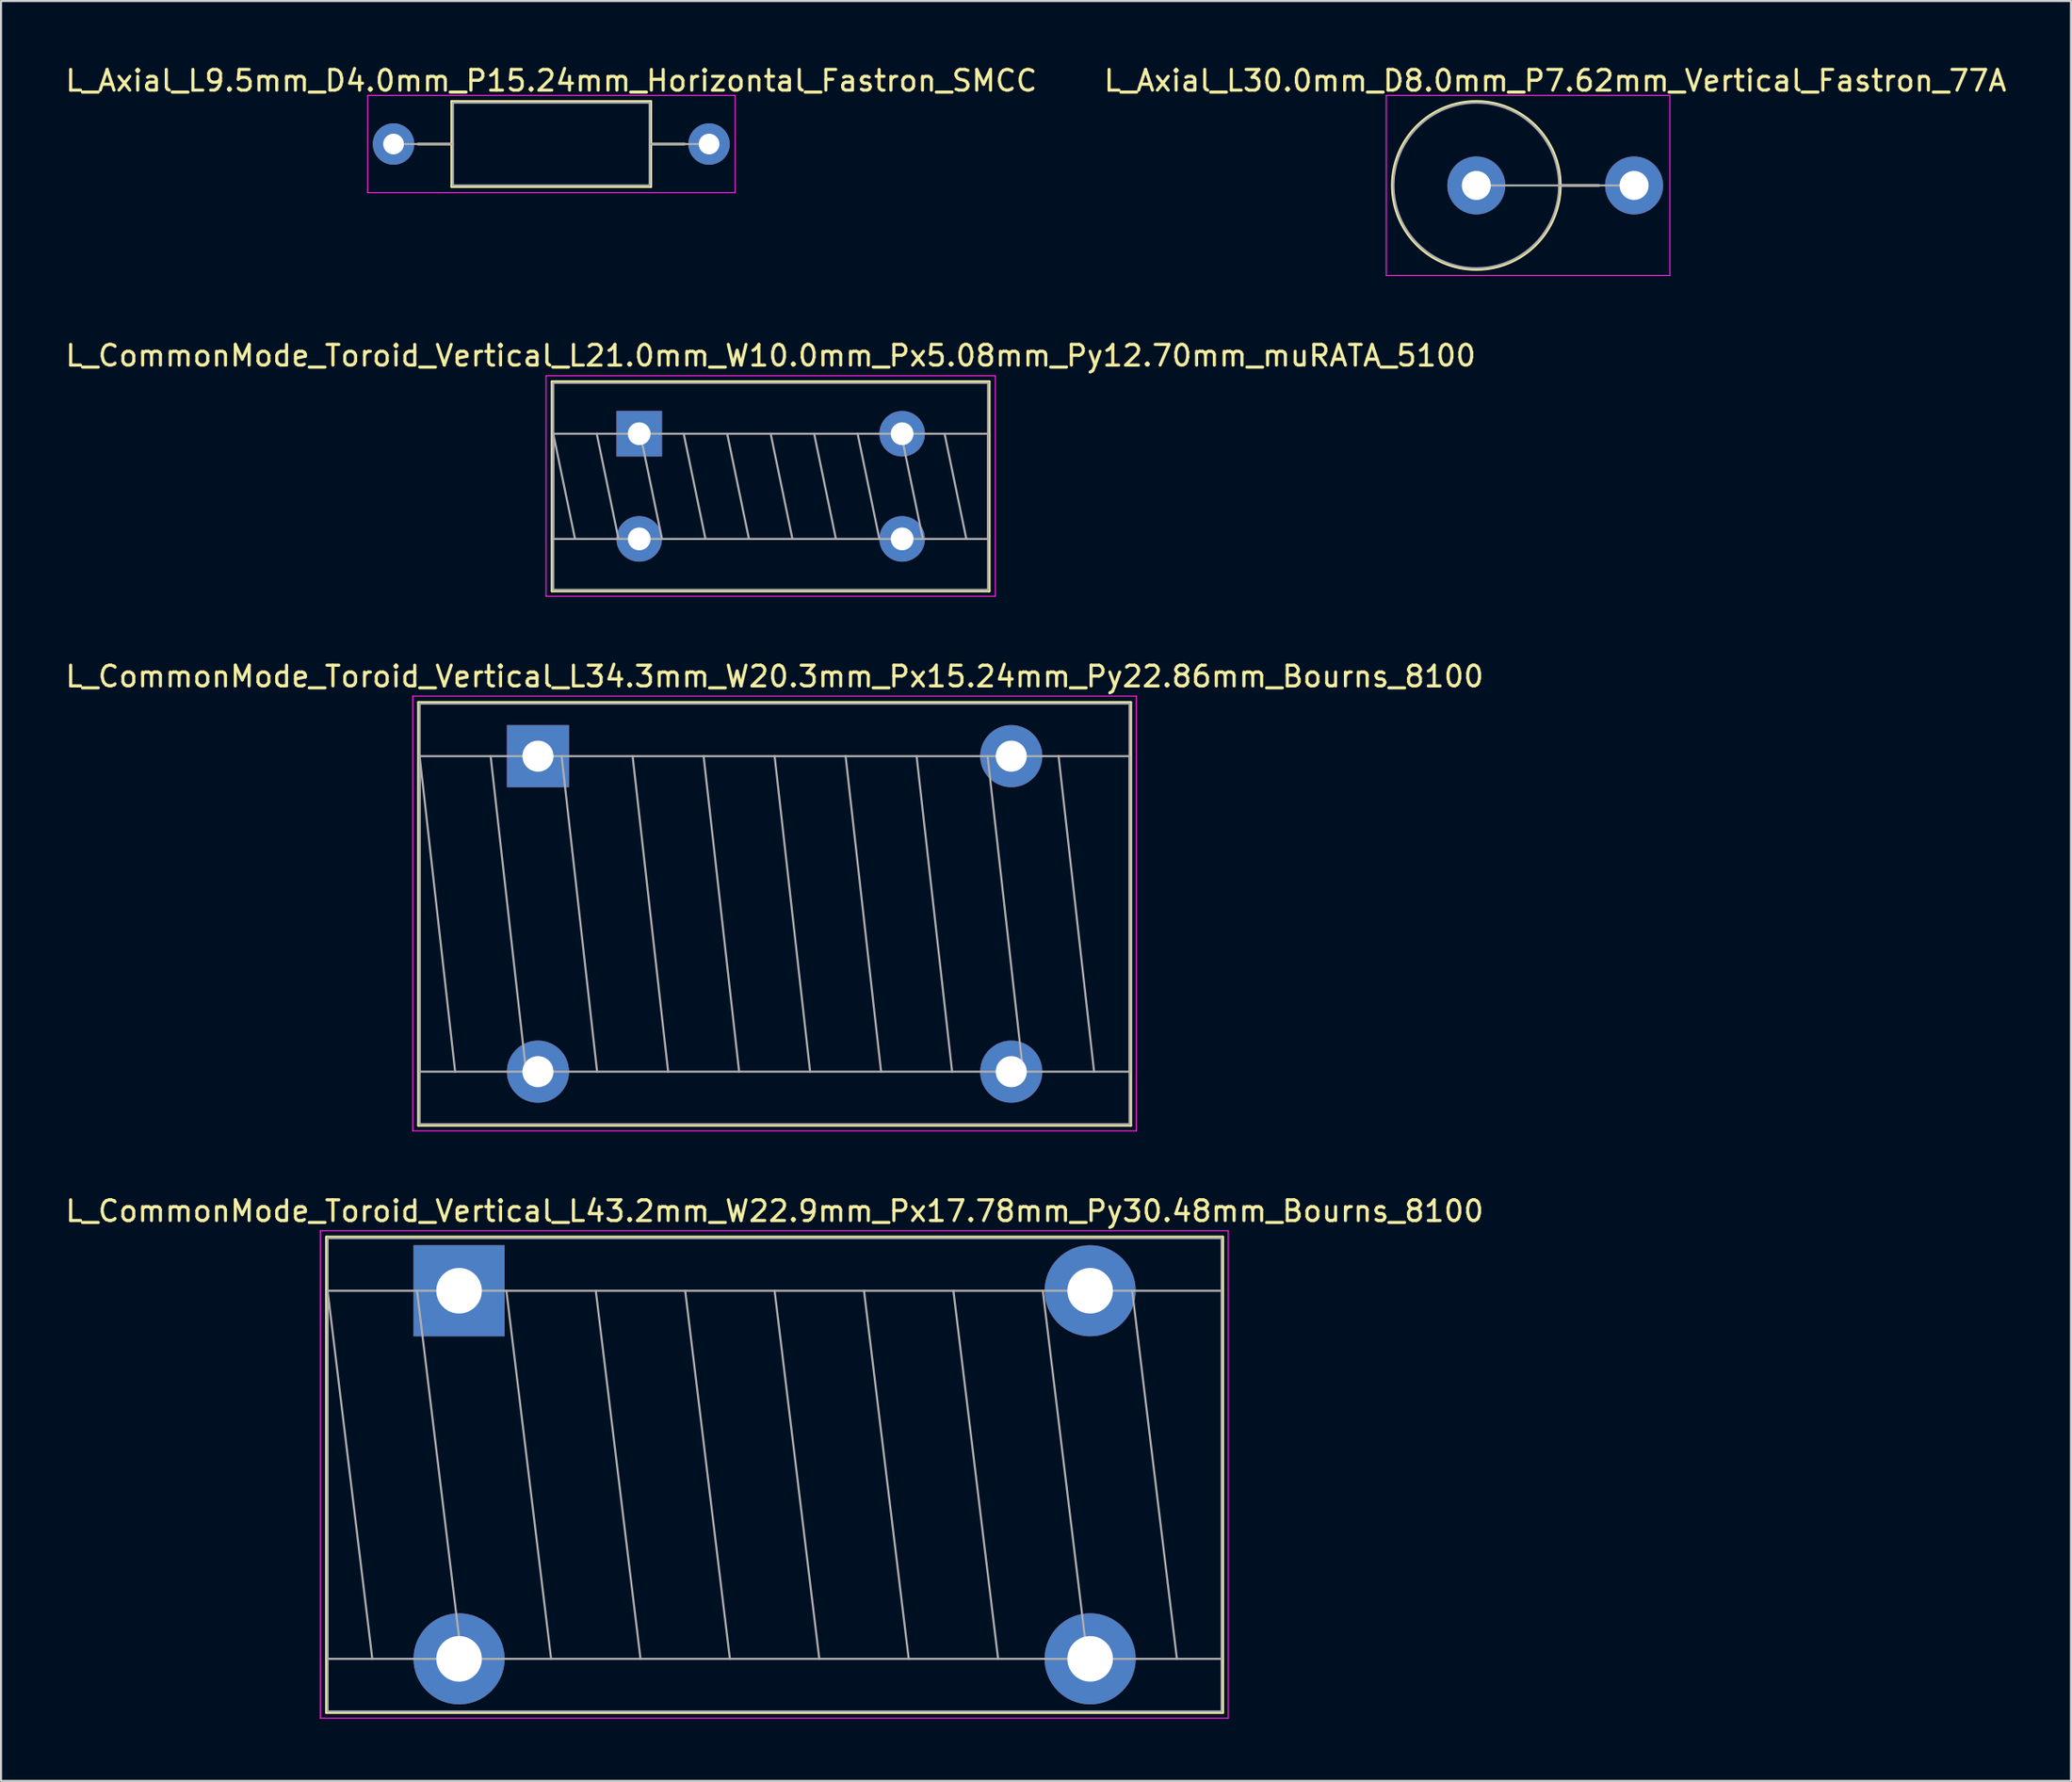
<source format=kicad_pcb>
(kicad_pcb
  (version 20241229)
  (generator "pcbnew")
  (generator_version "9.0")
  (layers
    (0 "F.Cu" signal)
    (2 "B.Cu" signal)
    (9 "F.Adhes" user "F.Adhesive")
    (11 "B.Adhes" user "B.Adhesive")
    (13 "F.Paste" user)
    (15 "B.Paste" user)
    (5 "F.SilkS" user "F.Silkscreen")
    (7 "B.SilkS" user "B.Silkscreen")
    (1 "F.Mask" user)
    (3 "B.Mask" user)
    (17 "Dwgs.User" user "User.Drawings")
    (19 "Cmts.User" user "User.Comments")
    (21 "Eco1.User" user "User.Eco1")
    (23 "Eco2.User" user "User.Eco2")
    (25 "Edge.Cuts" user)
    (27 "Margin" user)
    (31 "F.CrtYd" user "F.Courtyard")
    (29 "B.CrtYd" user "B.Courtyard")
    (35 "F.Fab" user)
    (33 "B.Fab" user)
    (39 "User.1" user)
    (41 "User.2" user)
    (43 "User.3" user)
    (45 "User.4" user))
  (footprint "L_Axial_L9.5mm_D4.0mm_P15.24mm_Horizontal_Fastron_SMCC"
    (layer "F.Cu")
    (at 15.957 3.908)
    (property "Reference" "L_Axial_L9.5mm_D4.0mm_P15.24mm_Horizontal_Fastron_SMCC" (at 7.62 -3.06 0) (layer "F.SilkS") (effects (font (size 1 1) (thickness 0.15))))
    (attr through_hole)
    (fp_line (start 1.18 0) (end 2.81 0) (stroke (width 0.12) (type solid)) (layer "F.SilkS"))
    (fp_line (start 2.81 -2.06) (end 2.81 2.06) (stroke (width 0.12) (type solid)) (layer "F.SilkS"))
    (fp_line (start 2.81 2.06) (end 12.43 2.06) (stroke (width 0.12) (type solid)) (layer "F.SilkS"))
    (fp_line (start 12.43 -2.06) (end 2.81 -2.06) (stroke (width 0.12) (type solid)) (layer "F.SilkS"))
    (fp_line (start 12.43 2.06) (end 12.43 -2.06) (stroke (width 0.12) (type solid)) (layer "F.SilkS"))
    (fp_line (start 14.06 0) (end 12.43 0) (stroke (width 0.12) (type solid)) (layer "F.SilkS"))
    (fp_line (start -1.25 -2.35) (end -1.25 2.35) (stroke (width 0.05) (type solid)) (layer "F.CrtYd"))
    (fp_line (start -1.25 2.35) (end 16.5 2.35) (stroke (width 0.05) (type solid)) (layer "F.CrtYd"))
    (fp_line (start 16.5 -2.35) (end -1.25 -2.35) (stroke (width 0.05) (type solid)) (layer "F.CrtYd"))
    (fp_line (start 16.5 2.35) (end 16.5 -2.35) (stroke (width 0.05) (type solid)) (layer "F.CrtYd"))
    (fp_line (start 0 0) (end 2.87 0) (stroke (width 0.1) (type solid)) (layer "F.Fab"))
    (fp_line (start 2.87 -2) (end 2.87 2) (stroke (width 0.1) (type solid)) (layer "F.Fab"))
    (fp_line (start 2.87 2) (end 12.37 2) (stroke (width 0.1) (type solid)) (layer "F.Fab"))
    (fp_line (start 12.37 -2) (end 2.87 -2) (stroke (width 0.1) (type solid)) (layer "F.Fab"))
    (fp_line (start 12.37 2) (end 12.37 -2) (stroke (width 0.1) (type solid)) (layer "F.Fab"))
    (fp_line (start 15.24 0) (end 12.37 0) (stroke (width 0.1) (type solid)) (layer "F.Fab"))
    (pad "1" thru_hole circle (at 0 0) (size 2 2) (drill 1) (layers "*.Cu" "*.Mask"))
    (pad "2" thru_hole oval (at 15.24 0) (size 2 2) (drill 1) (layers "*.Cu" "*.Mask")))
  (footprint "L_CommonMode_Toroid_Vertical_L34.3mm_W20.3mm_Px15.24mm_Py22.86mm_Bourns_8100"
    (layer "F.Cu")
    (at 22.933 33.475)
    (property "Reference" "L_CommonMode_Toroid_Vertical_L34.3mm_W20.3mm_Px15.24mm_Py22.86mm_Bourns_8100" (at 11.43 -3.85 0) (layer "F.SilkS") (effects (font (size 1 1) (thickness 0.15))))
    (attr through_hole)
    (fp_line (start -5.775 -2.6) (end -5.775 17.84) (stroke (width 0.12) (type solid)) (layer "F.SilkS"))
    (fp_line (start -5.775 -2.6) (end 28.635 -2.6) (stroke (width 0.12) (type solid)) (layer "F.SilkS"))
    (fp_line (start -5.775 17.84) (end 28.635 17.84) (stroke (width 0.12) (type solid)) (layer "F.SilkS"))
    (fp_line (start 28.635 -2.6) (end 28.635 17.84) (stroke (width 0.12) (type solid)) (layer "F.SilkS"))
    (fp_line (start -6.05 -2.9) (end -6.05 18.1) (stroke (width 0.05) (type solid)) (layer "F.CrtYd"))
    (fp_line (start -6.05 18.1) (end 28.9 18.1) (stroke (width 0.05) (type solid)) (layer "F.CrtYd"))
    (fp_line (start 28.9 -2.9) (end -6.05 -2.9) (stroke (width 0.05) (type solid)) (layer "F.CrtYd"))
    (fp_line (start 28.9 18.1) (end 28.9 -2.9) (stroke (width 0.05) (type solid)) (layer "F.CrtYd"))
    (fp_line (start -5.715 -2.54) (end -5.715 17.78) (stroke (width 0.1) (type solid)) (layer "F.Fab"))
    (fp_line (start -5.715 0) (end -5.715 15.24) (stroke (width 0.1) (type solid)) (layer "F.Fab"))
    (fp_line (start -5.715 0) (end -4 15.24) (stroke (width 0.1) (type solid)) (layer "F.Fab"))
    (fp_line (start -5.715 15.24) (end 28.575 15.24) (stroke (width 0.1) (type solid)) (layer "F.Fab"))
    (fp_line (start -5.715 17.78) (end 28.575 17.78) (stroke (width 0.1) (type solid)) (layer "F.Fab"))
    (fp_line (start -2.286 0) (end -0.572 15.24) (stroke (width 0.1) (type solid)) (layer "F.Fab"))
    (fp_line (start 1.143 0) (end 2.857 15.24) (stroke (width 0.1) (type solid)) (layer "F.Fab"))
    (fp_line (start 4.572 0) (end 6.287 15.24) (stroke (width 0.1) (type solid)) (layer "F.Fab"))
    (fp_line (start 8.001 0) (end 9.716 15.24) (stroke (width 0.1) (type solid)) (layer "F.Fab"))
    (fp_line (start 11.43 0) (end 13.145 15.24) (stroke (width 0.1) (type solid)) (layer "F.Fab"))
    (fp_line (start 14.859 0) (end 16.573 15.24) (stroke (width 0.1) (type solid)) (layer "F.Fab"))
    (fp_line (start 18.288 0) (end 20.003 15.24) (stroke (width 0.1) (type solid)) (layer "F.Fab"))
    (fp_line (start 21.717 0) (end 23.431 15.24) (stroke (width 0.1) (type solid)) (layer "F.Fab"))
    (fp_line (start 25.146 0) (end 26.86 15.24) (stroke (width 0.1) (type solid)) (layer "F.Fab"))
    (fp_line (start 28.575 -2.54) (end -5.715 -2.54) (stroke (width 0.1) (type solid)) (layer "F.Fab"))
    (fp_line (start 28.575 0) (end -5.715 0) (stroke (width 0.1) (type solid)) (layer "F.Fab"))
    (fp_line (start 28.575 15.24) (end 28.575 0) (stroke (width 0.1) (type solid)) (layer "F.Fab"))
    (fp_line (start 28.575 17.78) (end 28.575 -2.54) (stroke (width 0.1) (type solid)) (layer "F.Fab"))
    (pad "1" thru_hole rect (at 0 0) (size 3 3) (drill 1.5) (layers "*.Cu" "*.Mask"))
    (pad "2" thru_hole circle (at 0 15.24) (size 3 3) (drill 1.5) (layers "*.Cu" "*.Mask"))
    (pad "3" thru_hole circle (at 22.86 15.24) (size 3 3) (drill 1.5) (layers "*.Cu" "*.Mask"))
    (pad "4" thru_hole circle (at 22.86 0) (size 3 3) (drill 1.5) (layers "*.Cu" "*.Mask")))
  (footprint "L_CommonMode_Toroid_Vertical_L21.0mm_W10.0mm_Px5.08mm_Py12.70mm_muRATA_5100"
    (layer "F.Cu")
    (at 27.823 17.901)
    (property "Reference" "L_CommonMode_Toroid_Vertical_L21.0mm_W10.0mm_Px5.08mm_Py12.70mm_muRATA_5100" (at 6.35 -3.77 0) (layer "F.SilkS") (effects (font (size 1 1) (thickness 0.15))))
    (attr through_hole)
    (fp_line (start -4.21 -2.52) (end -4.21 7.6) (stroke (width 0.12) (type solid)) (layer "F.SilkS"))
    (fp_line (start -4.21 -2.52) (end 16.91 -2.52) (stroke (width 0.12) (type solid)) (layer "F.SilkS"))
    (fp_line (start -4.21 7.6) (end 16.91 7.6) (stroke (width 0.12) (type solid)) (layer "F.SilkS"))
    (fp_line (start 16.91 -2.52) (end 16.91 7.6) (stroke (width 0.12) (type solid)) (layer "F.SilkS"))
    (fp_line (start -4.5 -2.8) (end -4.5 7.85) (stroke (width 0.05) (type solid)) (layer "F.CrtYd"))
    (fp_line (start -4.5 7.85) (end 17.2 7.85) (stroke (width 0.05) (type solid)) (layer "F.CrtYd"))
    (fp_line (start 17.2 -2.8) (end -4.5 -2.8) (stroke (width 0.05) (type solid)) (layer "F.CrtYd"))
    (fp_line (start 17.2 7.85) (end 17.2 -2.8) (stroke (width 0.05) (type solid)) (layer "F.CrtYd"))
    (fp_line (start -4.15 -2.46) (end -4.15 7.54) (stroke (width 0.1) (type solid)) (layer "F.Fab"))
    (fp_line (start -4.15 0) (end -4.15 5.08) (stroke (width 0.1) (type solid)) (layer "F.Fab"))
    (fp_line (start -4.15 0) (end -3.1 5.08) (stroke (width 0.1) (type solid)) (layer "F.Fab"))
    (fp_line (start -4.15 5.08) (end 16.85 5.08) (stroke (width 0.1) (type solid)) (layer "F.Fab"))
    (fp_line (start -4.15 7.54) (end 16.85 7.54) (stroke (width 0.1) (type solid)) (layer "F.Fab"))
    (fp_line (start -2.05 0) (end -1 5.08) (stroke (width 0.1) (type solid)) (layer "F.Fab"))
    (fp_line (start 0.05 0) (end 1.1 5.08) (stroke (width 0.1) (type solid)) (layer "F.Fab"))
    (fp_line (start 2.15 0) (end 3.2 5.08) (stroke (width 0.1) (type solid)) (layer "F.Fab"))
    (fp_line (start 4.25 0) (end 5.3 5.08) (stroke (width 0.1) (type solid)) (layer "F.Fab"))
    (fp_line (start 6.35 0) (end 7.4 5.08) (stroke (width 0.1) (type solid)) (layer "F.Fab"))
    (fp_line (start 8.45 0) (end 9.5 5.08) (stroke (width 0.1) (type solid)) (layer "F.Fab"))
    (fp_line (start 10.55 0) (end 11.6 5.08) (stroke (width 0.1) (type solid)) (layer "F.Fab"))
    (fp_line (start 12.65 0) (end 13.7 5.08) (stroke (width 0.1) (type solid)) (layer "F.Fab"))
    (fp_line (start 14.75 0) (end 15.8 5.08) (stroke (width 0.1) (type solid)) (layer "F.Fab"))
    (fp_line (start 16.85 -2.46) (end -4.15 -2.46) (stroke (width 0.1) (type solid)) (layer "F.Fab"))
    (fp_line (start 16.85 0) (end -4.15 0) (stroke (width 0.1) (type solid)) (layer "F.Fab"))
    (fp_line (start 16.85 5.08) (end 16.85 0) (stroke (width 0.1) (type solid)) (layer "F.Fab"))
    (fp_line (start 16.85 7.54) (end 16.85 -2.46) (stroke (width 0.1) (type solid)) (layer "F.Fab"))
    (pad "1" thru_hole rect (at 0 0) (size 2.2 2.2) (drill 1.1) (layers "*.Cu" "*.Mask"))
    (pad "2" thru_hole circle (at 0 5.08) (size 2.2 2.2) (drill 1.1) (layers "*.Cu" "*.Mask"))
    (pad "3" thru_hole circle (at 12.7 5.08) (size 2.2 2.2) (drill 1.1) (layers "*.Cu" "*.Mask"))
    (pad "4" thru_hole circle (at 12.7 0) (size 2.2 2.2) (drill 1.1) (layers "*.Cu" "*.Mask")))
  (footprint "L_CommonMode_Toroid_Vertical_L43.2mm_W22.9mm_Px17.78mm_Py30.48mm_Bourns_8100"
    (layer "F.Cu")
    (at 19.123 59.298)
    (property "Reference" "L_CommonMode_Toroid_Vertical_L43.2mm_W22.9mm_Px17.78mm_Py30.48mm_Bourns_8100" (at 15.24 -3.85 0) (layer "F.SilkS") (effects (font (size 1 1) (thickness 0.15))))
    (attr through_hole)
    (fp_line (start -6.41 -2.6) (end -6.41 20.38) (stroke (width 0.12) (type solid)) (layer "F.SilkS"))
    (fp_line (start -6.41 -2.6) (end 36.89 -2.6) (stroke (width 0.12) (type solid)) (layer "F.SilkS"))
    (fp_line (start -6.41 20.38) (end 36.89 20.38) (stroke (width 0.12) (type solid)) (layer "F.SilkS"))
    (fp_line (start 36.89 -2.6) (end 36.89 20.38) (stroke (width 0.12) (type solid)) (layer "F.SilkS"))
    (fp_line (start -6.7 -2.9) (end -6.7 20.65) (stroke (width 0.05) (type solid)) (layer "F.CrtYd"))
    (fp_line (start -6.7 20.65) (end 37.15 20.65) (stroke (width 0.05) (type solid)) (layer "F.CrtYd"))
    (fp_line (start 37.15 -2.9) (end -6.7 -2.9) (stroke (width 0.05) (type solid)) (layer "F.CrtYd"))
    (fp_line (start 37.15 20.65) (end 37.15 -2.9) (stroke (width 0.05) (type solid)) (layer "F.CrtYd"))
    (fp_line (start -6.35 -2.54) (end -6.35 20.32) (stroke (width 0.1) (type solid)) (layer "F.Fab"))
    (fp_line (start -6.35 0) (end -6.35 17.78) (stroke (width 0.1) (type solid)) (layer "F.Fab"))
    (fp_line (start -6.35 0) (end -4.191 17.78) (stroke (width 0.1) (type solid)) (layer "F.Fab"))
    (fp_line (start -6.35 17.78) (end 36.83 17.78) (stroke (width 0.1) (type solid)) (layer "F.Fab"))
    (fp_line (start -6.35 20.32) (end 36.83 20.32) (stroke (width 0.1) (type solid)) (layer "F.Fab"))
    (fp_line (start -2.032 0) (end 0.127 17.78) (stroke (width 0.1) (type solid)) (layer "F.Fab"))
    (fp_line (start 2.286 0) (end 4.445 17.78) (stroke (width 0.1) (type solid)) (layer "F.Fab"))
    (fp_line (start 6.604 0) (end 8.763 17.78) (stroke (width 0.1) (type solid)) (layer "F.Fab"))
    (fp_line (start 10.922 0) (end 13.081 17.78) (stroke (width 0.1) (type solid)) (layer "F.Fab"))
    (fp_line (start 15.24 0) (end 17.399 17.78) (stroke (width 0.1) (type solid)) (layer "F.Fab"))
    (fp_line (start 19.558 0) (end 21.717 17.78) (stroke (width 0.1) (type solid)) (layer "F.Fab"))
    (fp_line (start 23.876 0) (end 26.035 17.78) (stroke (width 0.1) (type solid)) (layer "F.Fab"))
    (fp_line (start 28.194 0) (end 30.353 17.78) (stroke (width 0.1) (type solid)) (layer "F.Fab"))
    (fp_line (start 32.512 0) (end 34.671 17.78) (stroke (width 0.1) (type solid)) (layer "F.Fab"))
    (fp_line (start 36.83 -2.54) (end -6.35 -2.54) (stroke (width 0.1) (type solid)) (layer "F.Fab"))
    (fp_line (start 36.83 0) (end -6.35 0) (stroke (width 0.1) (type solid)) (layer "F.Fab"))
    (fp_line (start 36.83 17.78) (end 36.83 0) (stroke (width 0.1) (type solid)) (layer "F.Fab"))
    (fp_line (start 36.83 20.32) (end 36.83 -2.54) (stroke (width 0.1) (type solid)) (layer "F.Fab"))
    (pad "1" thru_hole rect (at 0 0) (size 4.4 4.4) (drill 2.2) (layers "*.Cu" "*.Mask"))
    (pad "2" thru_hole circle (at 0 17.78) (size 4.4 4.4) (drill 2.2) (layers "*.Cu" "*.Mask"))
    (pad "3" thru_hole circle (at 30.48 17.78) (size 4.4 4.4) (drill 2.2) (layers "*.Cu" "*.Mask"))
    (pad "4" thru_hole circle (at 30.48 0) (size 4.4 4.4) (drill 2.2) (layers "*.Cu" "*.Mask")))
  (footprint "L_Axial_L30.0mm_D8.0mm_P7.62mm_Vertical_Fastron_77A"
    (layer "F.Cu")
    (at 68.255 5.908)
    (property "Reference" "L_Axial_L30.0mm_D8.0mm_P7.62mm_Vertical_Fastron_77A" (at 3.81 -5.06 0) (layer "F.SilkS") (effects (font (size 1 1) (thickness 0.15))))
    (attr through_hole)
    (fp_line (start 4.06 0) (end 5.92 0) (stroke (width 0.12) (type solid)) (layer "F.SilkS"))
    (fp_circle (center 0 0) (end 4.06 0) (stroke (width 0.12) (type solid)) (fill no) (layer "F.SilkS"))
    (fp_line (start -4.35 -4.35) (end -4.35 4.35) (stroke (width 0.05) (type solid)) (layer "F.CrtYd"))
    (fp_line (start -4.35 4.35) (end 9.35 4.35) (stroke (width 0.05) (type solid)) (layer "F.CrtYd"))
    (fp_line (start 9.35 -4.35) (end -4.35 -4.35) (stroke (width 0.05) (type solid)) (layer "F.CrtYd"))
    (fp_line (start 9.35 4.35) (end 9.35 -4.35) (stroke (width 0.05) (type solid)) (layer "F.CrtYd"))
    (fp_line (start 0 0) (end 7.62 0) (stroke (width 0.1) (type solid)) (layer "F.Fab"))
    (fp_circle (center 0 0) (end 4 0) (stroke (width 0.1) (type solid)) (fill no) (layer "F.Fab"))
    (pad "1" thru_hole circle (at 0 0) (size 2.8 2.8) (drill 1.4) (layers "*.Cu" "*.Mask"))
    (pad "2" thru_hole oval (at 7.62 0) (size 2.8 2.8) (drill 1.4) (layers "*.Cu" "*.Mask")))
  (gr_rect
    (start -3 -3)
    (end 96.976 82.973)
    (stroke (width 0.1) (type default))
    (fill no)
    (layer "Edge.Cuts")))
</source>
